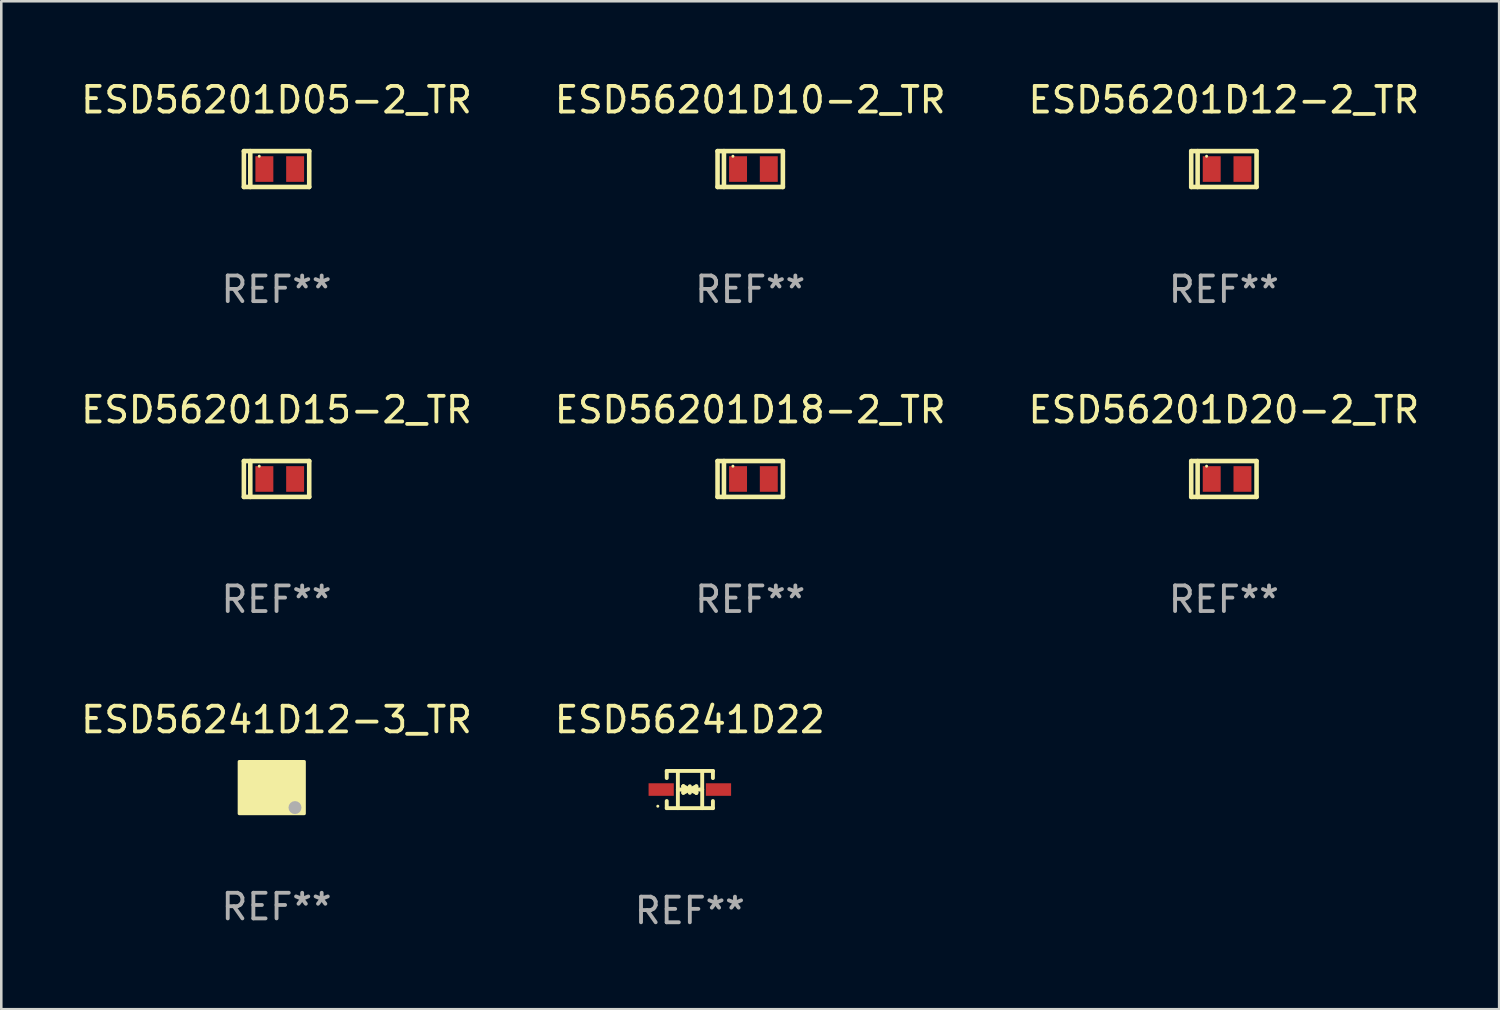
<source format=kicad_pcb>
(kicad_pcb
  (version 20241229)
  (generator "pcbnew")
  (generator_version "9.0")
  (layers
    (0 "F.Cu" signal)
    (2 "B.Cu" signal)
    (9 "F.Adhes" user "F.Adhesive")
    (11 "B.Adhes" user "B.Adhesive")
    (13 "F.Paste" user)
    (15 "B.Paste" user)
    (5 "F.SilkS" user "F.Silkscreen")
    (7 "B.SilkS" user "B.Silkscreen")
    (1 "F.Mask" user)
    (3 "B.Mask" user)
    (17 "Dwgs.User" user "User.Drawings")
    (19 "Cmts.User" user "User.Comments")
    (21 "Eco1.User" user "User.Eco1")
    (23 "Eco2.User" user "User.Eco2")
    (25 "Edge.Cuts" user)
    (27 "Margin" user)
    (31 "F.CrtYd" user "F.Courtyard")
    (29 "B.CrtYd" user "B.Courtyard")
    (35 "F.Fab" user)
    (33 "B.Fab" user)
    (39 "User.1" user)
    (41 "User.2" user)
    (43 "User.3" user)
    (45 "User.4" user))
  (footprint "ESD56201D20-2_TR"
    (layer "F.Cu")
    (at 44.72 15.645)
    (property "Reference" "ESD56201D20-2_TR" (at 0 -2.7 0) (layer "F.SilkS") (effects (font (size 1 1) (thickness 0.15))))
    (attr through_hole)
    (fp_line (start -1.275 -0.7) (end -1.275 0.7) (stroke (width 0.178) (type solid)) (layer "F.SilkS"))
    (fp_line (start -1.275 -0.7) (end 1.275 -0.7) (stroke (width 0.178) (type solid)) (layer "F.SilkS"))
    (fp_line (start -1.275 0.7) (end 1.275 0.7) (stroke (width 0.178) (type solid)) (layer "F.SilkS"))
    (fp_line (start -1.025 -0.7) (end -1.025 0.7) (stroke (width 0.178) (type solid)) (layer "F.SilkS"))
    (fp_line (start 1.275 -0.7) (end 1.275 0.7) (stroke (width 0.178) (type solid)) (layer "F.SilkS"))
    (fp_circle (center -0.675 -0.5) (end -0.645 -0.5) (stroke (width 0.06) (type solid)) (fill no) (layer "F.SilkS"))
    (fp_text user "REF**" (at 0 4.7 0) (layer "F.Fab") (effects (font (size 1 1) (thickness 0.15))))
    (pad "1" smd rect (at -0.475 0 90) (size 1 0.7) (layers "F.Cu" "F.Mask" "F.Paste"))
    (pad "2" smd rect (at 0.725 0 90) (size 1 0.7) (layers "F.Cu" "F.Mask" "F.Paste")))
  (footprint "ESD56201D12-2_TR"
    (layer "F.Cu")
    (at 44.72 3.548)
    (property "Reference" "ESD56201D12-2_TR" (at 0 -2.7 0) (layer "F.SilkS") (effects (font (size 1 1) (thickness 0.15))))
    (attr through_hole)
    (fp_line (start -1.275 -0.7) (end -1.275 0.7) (stroke (width 0.178) (type solid)) (layer "F.SilkS"))
    (fp_line (start -1.275 -0.7) (end 1.275 -0.7) (stroke (width 0.178) (type solid)) (layer "F.SilkS"))
    (fp_line (start -1.275 0.7) (end 1.275 0.7) (stroke (width 0.178) (type solid)) (layer "F.SilkS"))
    (fp_line (start -1.025 -0.7) (end -1.025 0.7) (stroke (width 0.178) (type solid)) (layer "F.SilkS"))
    (fp_line (start 1.275 -0.7) (end 1.275 0.7) (stroke (width 0.178) (type solid)) (layer "F.SilkS"))
    (fp_circle (center -0.675 -0.5) (end -0.645 -0.5) (stroke (width 0.06) (type solid)) (fill no) (layer "F.SilkS"))
    (fp_text user "REF**" (at 0 4.7 0) (layer "F.Fab") (effects (font (size 1 1) (thickness 0.15))))
    (pad "1" smd rect (at -0.475 0 90) (size 1 0.7) (layers "F.Cu" "F.Mask" "F.Paste"))
    (pad "2" smd rect (at 0.725 0 90) (size 1 0.7) (layers "F.Cu" "F.Mask" "F.Paste")))
  (footprint "ESD56241D12-3_TR"
    (layer "F.Cu")
    (at 7.744 27.691)
    (property "Reference" "ESD56241D12-3_TR" (at 0 -2.65 0) (layer "F.SilkS") (effects (font (size 1 1) (thickness 0.15))))
    (attr through_hole)
    (fp_circle (center 0.775 1) (end 0.805 1) (stroke (width 0.06) (type solid)) (fill no) (layer "F.SilkS"))
    (fp_poly (pts (xy -1.457 -1.016) (xy 1.083 -1.016) (xy 1.083 1.016) (xy -1.457 1.016)) (stroke (width 0.12) (type solid)) (fill yes) (layer "F.SilkS"))
    (fp_circle (center 0.72 0.78) (end 0.847 0.78) (stroke (width 0.254) (type solid)) (fill no) (layer "F.Fab"))
    (fp_text user "REF**" (at 0 4.65 0) (layer "F.Fab") (effects (font (size 1 1) (thickness 0.15))))
    (pad "1" smd rect (at 0.575 0.65 270) (size 0.4 0.5) (layers "F.Cu" "F.Mask" "F.Paste"))
    (pad "2" smd rect (at 0.575 -0.65 270) (size 0.4 0.5) (layers "F.Cu" "F.Mask" "F.Paste"))
    (pad "3" smd rect (at -0.575 0 270) (size 1.6 1.4) (layers "F.Cu" "F.Mask" "F.Paste")))
  (footprint "ESD56201D15-2_TR"
    (layer "F.Cu")
    (at 7.744 15.645)
    (property "Reference" "ESD56201D15-2_TR" (at 0 -2.7 0) (layer "F.SilkS") (effects (font (size 1 1) (thickness 0.15))))
    (attr through_hole)
    (fp_line (start -1.275 -0.7) (end -1.275 0.7) (stroke (width 0.178) (type solid)) (layer "F.SilkS"))
    (fp_line (start -1.275 -0.7) (end 1.275 -0.7) (stroke (width 0.178) (type solid)) (layer "F.SilkS"))
    (fp_line (start -1.275 0.7) (end 1.275 0.7) (stroke (width 0.178) (type solid)) (layer "F.SilkS"))
    (fp_line (start -1.025 -0.7) (end -1.025 0.7) (stroke (width 0.178) (type solid)) (layer "F.SilkS"))
    (fp_line (start 1.275 -0.7) (end 1.275 0.7) (stroke (width 0.178) (type solid)) (layer "F.SilkS"))
    (fp_circle (center -0.675 -0.5) (end -0.645 -0.5) (stroke (width 0.06) (type solid)) (fill no) (layer "F.SilkS"))
    (fp_text user "REF**" (at 0 4.7 0) (layer "F.Fab") (effects (font (size 1 1) (thickness 0.15))))
    (pad "1" smd rect (at -0.475 0 90) (size 1 0.7) (layers "F.Cu" "F.Mask" "F.Paste"))
    (pad "2" smd rect (at 0.725 0 90) (size 1 0.7) (layers "F.Cu" "F.Mask" "F.Paste")))
  (footprint "ESD56201D05-2_TR"
    (layer "F.Cu")
    (at 7.744 3.548)
    (property "Reference" "ESD56201D05-2_TR" (at 0 -2.7 0) (layer "F.SilkS") (effects (font (size 1 1) (thickness 0.15))))
    (attr through_hole)
    (fp_line (start -1.275 -0.7) (end -1.275 0.7) (stroke (width 0.178) (type solid)) (layer "F.SilkS"))
    (fp_line (start -1.275 -0.7) (end 1.275 -0.7) (stroke (width 0.178) (type solid)) (layer "F.SilkS"))
    (fp_line (start -1.275 0.7) (end 1.275 0.7) (stroke (width 0.178) (type solid)) (layer "F.SilkS"))
    (fp_line (start -1.025 -0.7) (end -1.025 0.7) (stroke (width 0.178) (type solid)) (layer "F.SilkS"))
    (fp_line (start 1.275 -0.7) (end 1.275 0.7) (stroke (width 0.178) (type solid)) (layer "F.SilkS"))
    (fp_circle (center -0.675 -0.5) (end -0.645 -0.5) (stroke (width 0.06) (type solid)) (fill no) (layer "F.SilkS"))
    (fp_text user "REF**" (at 0 4.7 0) (layer "F.Fab") (effects (font (size 1 1) (thickness 0.15))))
    (pad "1" smd rect (at -0.475 0 90) (size 1 0.7) (layers "F.Cu" "F.Mask" "F.Paste"))
    (pad "2" smd rect (at 0.725 0 90) (size 1 0.7) (layers "F.Cu" "F.Mask" "F.Paste")))
  (footprint "ESD56201D18-2_TR"
    (layer "F.Cu")
    (at 26.232 15.645)
    (property "Reference" "ESD56201D18-2_TR" (at 0 -2.7 0) (layer "F.SilkS") (effects (font (size 1 1) (thickness 0.15))))
    (attr through_hole)
    (fp_line (start -1.275 -0.7) (end -1.275 0.7) (stroke (width 0.178) (type solid)) (layer "F.SilkS"))
    (fp_line (start -1.275 -0.7) (end 1.275 -0.7) (stroke (width 0.178) (type solid)) (layer "F.SilkS"))
    (fp_line (start -1.275 0.7) (end 1.275 0.7) (stroke (width 0.178) (type solid)) (layer "F.SilkS"))
    (fp_line (start -1.025 -0.7) (end -1.025 0.7) (stroke (width 0.178) (type solid)) (layer "F.SilkS"))
    (fp_line (start 1.275 -0.7) (end 1.275 0.7) (stroke (width 0.178) (type solid)) (layer "F.SilkS"))
    (fp_circle (center -0.675 -0.5) (end -0.645 -0.5) (stroke (width 0.06) (type solid)) (fill no) (layer "F.SilkS"))
    (fp_text user "REF**" (at 0 4.7 0) (layer "F.Fab") (effects (font (size 1 1) (thickness 0.15))))
    (pad "1" smd rect (at -0.475 0 90) (size 1 0.7) (layers "F.Cu" "F.Mask" "F.Paste"))
    (pad "2" smd rect (at 0.725 0 90) (size 1 0.7) (layers "F.Cu" "F.Mask" "F.Paste")))
  (footprint "ESD56241D22"
    (layer "F.Cu")
    (at 23.875 27.767)
    (property "Reference" "ESD56241D22" (at 0 -2.726 0) (layer "F.SilkS") (effects (font (size 1 1) (thickness 0.15))))
    (attr through_hole)
    (fp_line (start -0.901 -0.726) (end -0.901 -0.448) (stroke (width 0.152) (type solid)) (layer "F.SilkS"))
    (fp_line (start -0.901 0.726) (end -0.901 0.448) (stroke (width 0.152) (type solid)) (layer "F.SilkS"))
    (fp_line (start -0.467 0) (end 0.483 -0.003) (stroke (width 0.154) (type solid)) (layer "F.SilkS"))
    (fp_line (start -0.467 0.726) (end -0.467 -0.726) (stroke (width 0.152) (type solid)) (layer "F.SilkS"))
    (fp_line (start -0.254 -0.127) (end -0.254 -0.127) (stroke (width 0.154) (type solid)) (layer "F.SilkS"))
    (fp_line (start -0.254 -0.127) (end -0.002 -0.003) (stroke (width 0.154) (type solid)) (layer "F.SilkS"))
    (fp_line (start -0.254 0.127) (end -0.254 -0.127) (stroke (width 0.154) (type solid)) (layer "F.SilkS"))
    (fp_line (start -0.127 0) (end 0.003 0) (stroke (width 0.154) (type solid)) (layer "F.SilkS"))
    (fp_line (start -0.003 0) (end -0.254 0.127) (stroke (width 0.154) (type solid)) (layer "F.SilkS"))
    (fp_line (start 0 -0.127) (end 0 0.127) (stroke (width 0.154) (type solid)) (layer "F.SilkS"))
    (fp_line (start 0.003 0) (end 0.254 -0.127) (stroke (width 0.154) (type solid)) (layer "F.SilkS"))
    (fp_line (start 0.127 0) (end -0.003 0) (stroke (width 0.154) (type solid)) (layer "F.SilkS"))
    (fp_line (start 0.254 -0.127) (end 0.254 0.127) (stroke (width 0.154) (type solid)) (layer "F.SilkS"))
    (fp_line (start 0.254 0.127) (end 0.002 0.003) (stroke (width 0.154) (type solid)) (layer "F.SilkS"))
    (fp_line (start 0.254 0.127) (end 0.254 0.127) (stroke (width 0.154) (type solid)) (layer "F.SilkS"))
    (fp_line (start 0.483 0.726) (end 0.483 -0.726) (stroke (width 0.152) (type solid)) (layer "F.SilkS"))
    (fp_line (start 0.901 -0.726) (end -0.901 -0.726) (stroke (width 0.152) (type solid)) (layer "F.SilkS"))
    (fp_line (start 0.901 -0.726) (end 0.901 -0.448) (stroke (width 0.152) (type solid)) (layer "F.SilkS"))
    (fp_line (start 0.901 0.726) (end -0.901 0.726) (stroke (width 0.152) (type solid)) (layer "F.SilkS"))
    (fp_line (start 0.901 0.726) (end 0.901 0.448) (stroke (width 0.152) (type solid)) (layer "F.SilkS"))
    (fp_circle (center -1.25 0.65) (end -1.22 0.65) (stroke (width 0.06) (type solid)) (fill no) (layer "F.SilkS"))
    (fp_text user "REF**" (at 0 4.726 0) (layer "F.Fab") (effects (font (size 1 1) (thickness 0.15))))
    (pad "1" smd rect (at -1.118 0) (size 0.985 0.49) (layers "F.Cu" "F.Mask" "F.Paste"))
    (pad "2" smd rect (at 1.118 0) (size 0.985 0.49) (layers "F.Cu" "F.Mask" "F.Paste")))
  (footprint "ESD56201D10-2_TR"
    (layer "F.Cu")
    (at 26.232 3.548)
    (property "Reference" "ESD56201D10-2_TR" (at 0 -2.7 0) (layer "F.SilkS") (effects (font (size 1 1) (thickness 0.15))))
    (attr through_hole)
    (fp_line (start -1.275 -0.7) (end -1.275 0.7) (stroke (width 0.178) (type solid)) (layer "F.SilkS"))
    (fp_line (start -1.275 -0.7) (end 1.275 -0.7) (stroke (width 0.178) (type solid)) (layer "F.SilkS"))
    (fp_line (start -1.275 0.7) (end 1.275 0.7) (stroke (width 0.178) (type solid)) (layer "F.SilkS"))
    (fp_line (start -1.025 -0.7) (end -1.025 0.7) (stroke (width 0.178) (type solid)) (layer "F.SilkS"))
    (fp_line (start 1.275 -0.7) (end 1.275 0.7) (stroke (width 0.178) (type solid)) (layer "F.SilkS"))
    (fp_circle (center -0.675 -0.5) (end -0.645 -0.5) (stroke (width 0.06) (type solid)) (fill no) (layer "F.SilkS"))
    (fp_text user "REF**" (at 0 4.7 0) (layer "F.Fab") (effects (font (size 1 1) (thickness 0.15))))
    (pad "1" smd rect (at -0.475 0 90) (size 1 0.7) (layers "F.Cu" "F.Mask" "F.Paste"))
    (pad "2" smd rect (at 0.725 0 90) (size 1 0.7) (layers "F.Cu" "F.Mask" "F.Paste")))
  (gr_rect
    (start -3 -3)
    (end 55.464 36.342)
    (stroke (width 0.1) (type default))
    (fill no)
    (layer "Edge.Cuts")))
</source>
